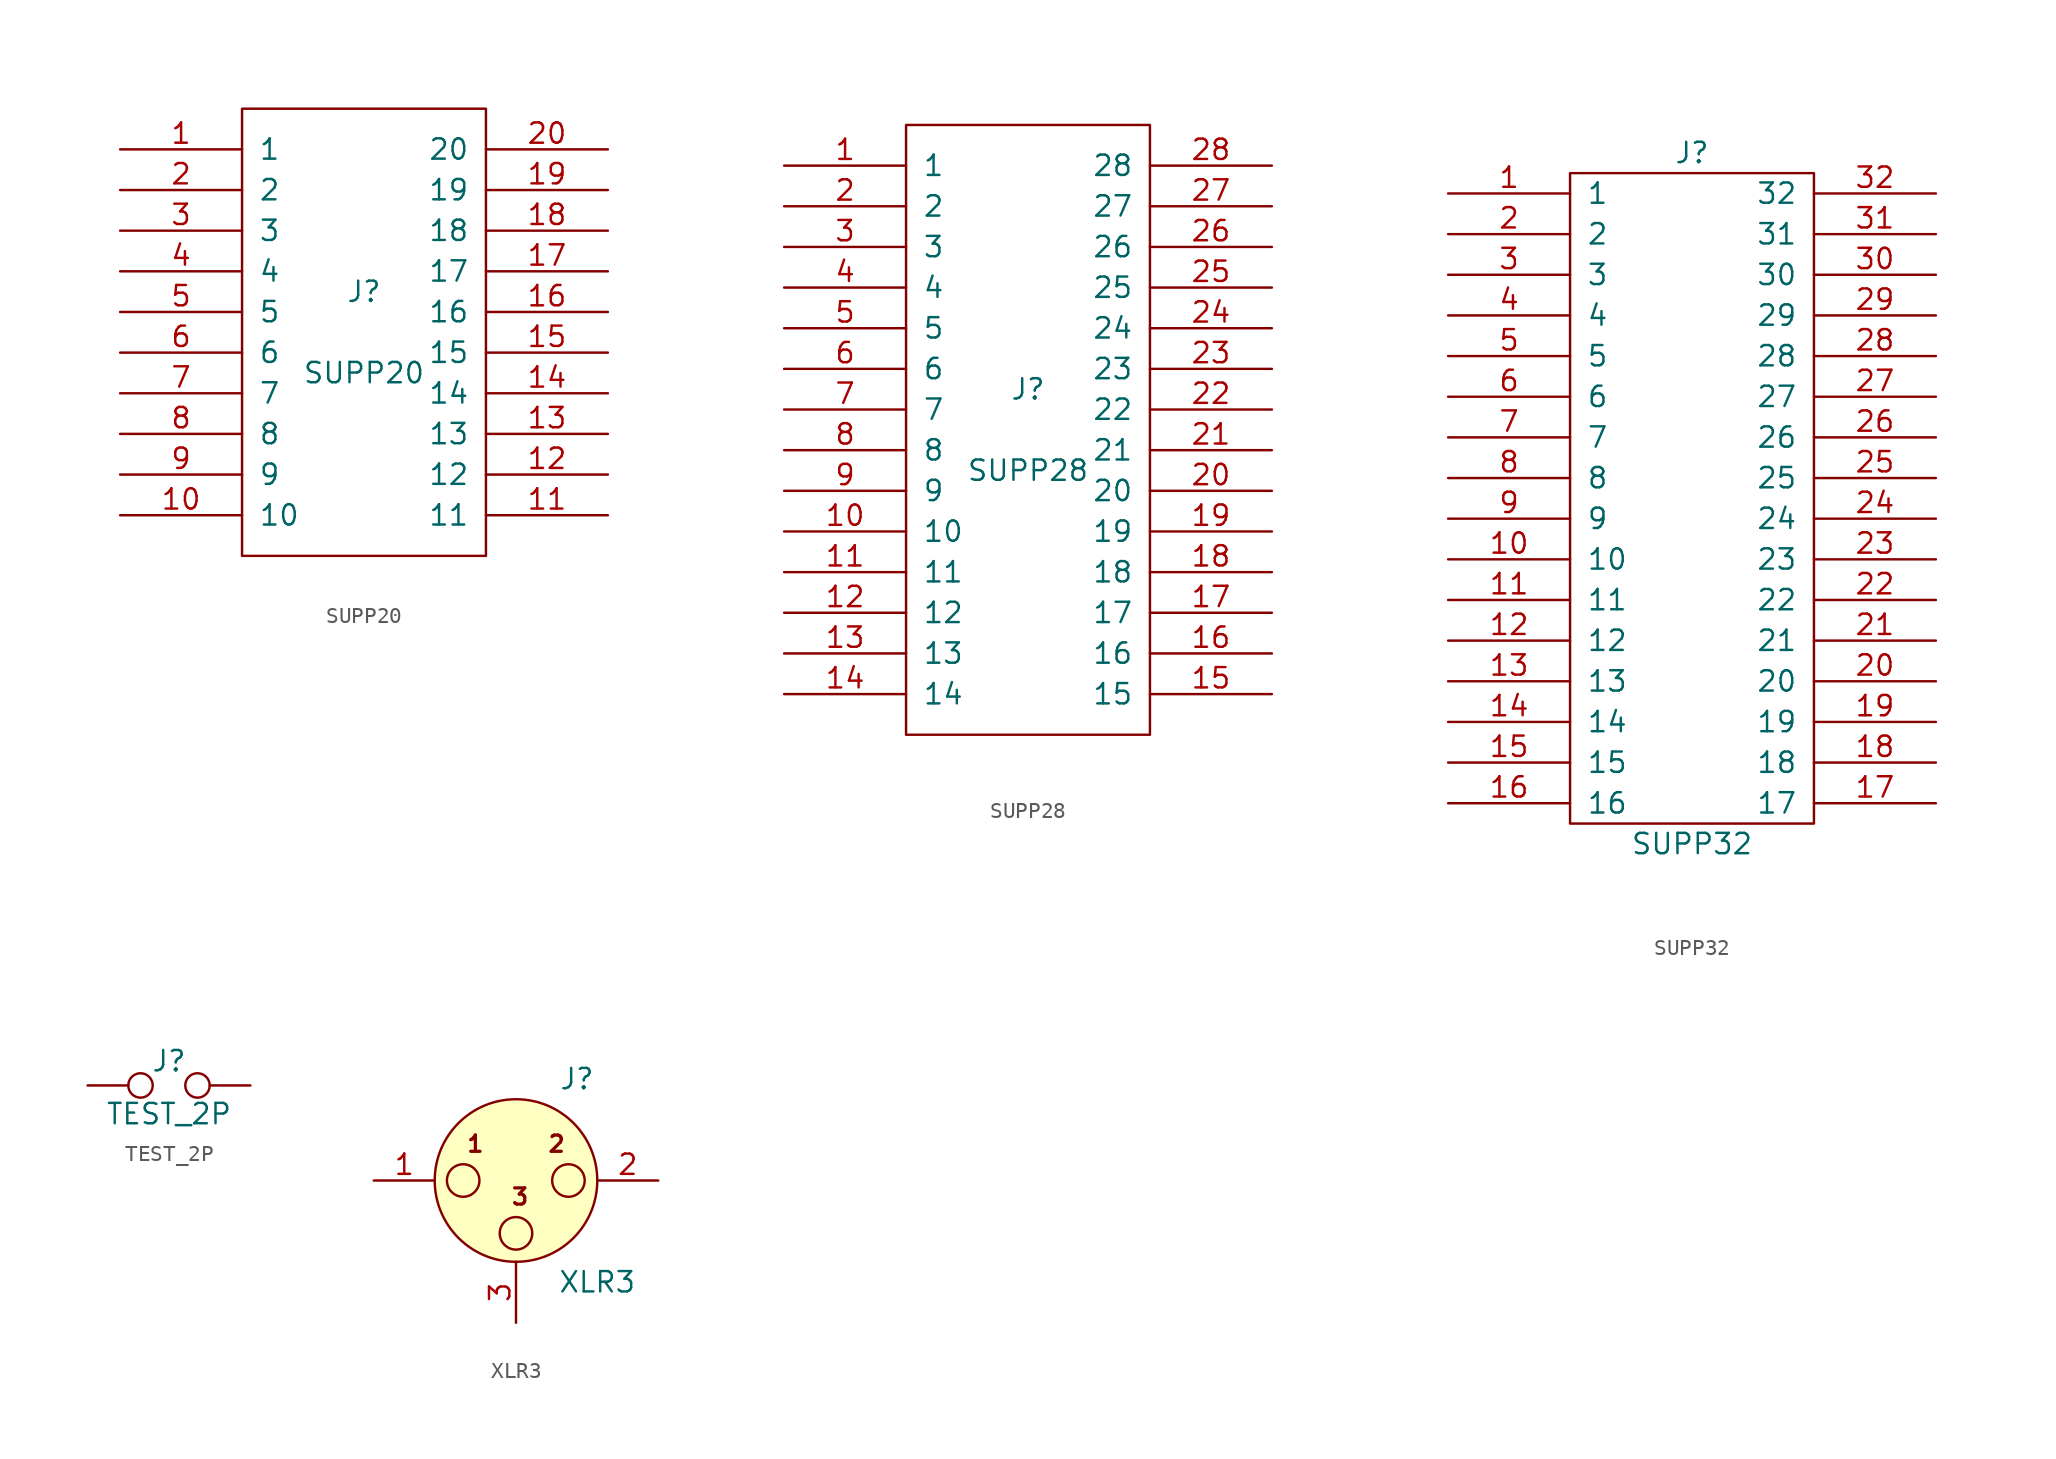
<source format=kicad_sym>
(kicad_symbol_lib
  (version 20211014)
  (generator kicad_symbol_editor)
  (symbol "SUPP20"
    (pin_names
      (offset 1.016))
    (property "Reference" "J"
      (at 0 2.54 0)
      (effects (font (size 1.27 1.27))))
    (property "Value" "SUPP20"
      (at 0 -2.54 0)
      (effects (font (size 1.27 1.27))))
    (symbol "SUPP20_0_1"
      (rectangle (start -7.62 -13.97) (end 7.62 13.97) (stroke (width 0) (type default) (color 0 0 0 0)) (fill (type none))))
    (symbol "SUPP20_1_1"
      (pin passive line (at -15.24 11.43 0) (length 7.62) (name "1" (effects (font (size 1.27 1.27)))) (number "1" (effects (font (size 1.27 1.27)))))
      (pin passive line (at -15.24 -11.43 0) (length 7.62) (name "10" (effects (font (size 1.27 1.27)))) (number "10" (effects (font (size 1.27 1.27)))))
      (pin passive line (at 15.24 -11.43 180) (length 7.62) (name "11" (effects (font (size 1.27 1.27)))) (number "11" (effects (font (size 1.27 1.27)))))
      (pin passive line (at 15.24 -8.89 180) (length 7.62) (name "12" (effects (font (size 1.27 1.27)))) (number "12" (effects (font (size 1.27 1.27)))))
      (pin passive line (at 15.24 -6.35 180) (length 7.62) (name "13" (effects (font (size 1.27 1.27)))) (number "13" (effects (font (size 1.27 1.27)))))
      (pin passive line (at 15.24 -3.81 180) (length 7.62) (name "14" (effects (font (size 1.27 1.27)))) (number "14" (effects (font (size 1.27 1.27)))))
      (pin passive line (at 15.24 -1.27 180) (length 7.62) (name "15" (effects (font (size 1.27 1.27)))) (number "15" (effects (font (size 1.27 1.27)))))
      (pin passive line (at 15.24 1.27 180) (length 7.62) (name "16" (effects (font (size 1.27 1.27)))) (number "16" (effects (font (size 1.27 1.27)))))
      (pin passive line (at 15.24 3.81 180) (length 7.62) (name "17" (effects (font (size 1.27 1.27)))) (number "17" (effects (font (size 1.27 1.27)))))
      (pin passive line (at 15.24 6.35 180) (length 7.62) (name "18" (effects (font (size 1.27 1.27)))) (number "18" (effects (font (size 1.27 1.27)))))
      (pin passive line (at 15.24 8.89 180) (length 7.62) (name "19" (effects (font (size 1.27 1.27)))) (number "19" (effects (font (size 1.27 1.27)))))
      (pin passive line (at -15.24 8.89 0) (length 7.62) (name "2" (effects (font (size 1.27 1.27)))) (number "2" (effects (font (size 1.27 1.27)))))
      (pin passive line (at 15.24 11.43 180) (length 7.62) (name "20" (effects (font (size 1.27 1.27)))) (number "20" (effects (font (size 1.27 1.27)))))
      (pin passive line (at -15.24 6.35 0) (length 7.62) (name "3" (effects (font (size 1.27 1.27)))) (number "3" (effects (font (size 1.27 1.27)))))
      (pin passive line (at -15.24 3.81 0) (length 7.62) (name "4" (effects (font (size 1.27 1.27)))) (number "4" (effects (font (size 1.27 1.27)))))
      (pin passive line (at -15.24 1.27 0) (length 7.62) (name "5" (effects (font (size 1.27 1.27)))) (number "5" (effects (font (size 1.27 1.27)))))
      (pin passive line (at -15.24 -1.27 0) (length 7.62) (name "6" (effects (font (size 1.27 1.27)))) (number "6" (effects (font (size 1.27 1.27)))))
      (pin passive line (at -15.24 -3.81 0) (length 7.62) (name "7" (effects (font (size 1.27 1.27)))) (number "7" (effects (font (size 1.27 1.27)))))
      (pin passive line (at -15.24 -6.35 0) (length 7.62) (name "8" (effects (font (size 1.27 1.27)))) (number "8" (effects (font (size 1.27 1.27)))))
      (pin passive line (at -15.24 -8.89 0) (length 7.62) (name "9" (effects (font (size 1.27 1.27)))) (number "9" (effects (font (size 1.27 1.27)))))))
  (symbol "SUPP28"
    (pin_names
      (offset 1.016))
    (property "Reference" "J"
      (at 0 2.54 0)
      (effects (font (size 1.27 1.27))))
    (property "Value" "SUPP28"
      (at 0 -2.54 0)
      (effects (font (size 1.27 1.27))))
    (symbol "SUPP28_0_1"
      (rectangle (start -7.62 -19.05) (end 7.62 19.05) (stroke (width 0) (type default) (color 0 0 0 0)) (fill (type none))))
    (symbol "SUPP28_1_1"
      (pin passive line (at -15.24 16.51 0) (length 7.62) (name "1" (effects (font (size 1.27 1.27)))) (number "1" (effects (font (size 1.27 1.27)))))
      (pin passive line (at -15.24 -6.35 0) (length 7.62) (name "10" (effects (font (size 1.27 1.27)))) (number "10" (effects (font (size 1.27 1.27)))))
      (pin passive line (at -15.24 -8.89 0) (length 7.62) (name "11" (effects (font (size 1.27 1.27)))) (number "11" (effects (font (size 1.27 1.27)))))
      (pin passive line (at -15.24 -11.43 0) (length 7.62) (name "12" (effects (font (size 1.27 1.27)))) (number "12" (effects (font (size 1.27 1.27)))))
      (pin passive line (at -15.24 -13.97 0) (length 7.62) (name "13" (effects (font (size 1.27 1.27)))) (number "13" (effects (font (size 1.27 1.27)))))
      (pin passive line (at -15.24 -16.51 0) (length 7.62) (name "14" (effects (font (size 1.27 1.27)))) (number "14" (effects (font (size 1.27 1.27)))))
      (pin passive line (at 15.24 -16.51 180) (length 7.62) (name "15" (effects (font (size 1.27 1.27)))) (number "15" (effects (font (size 1.27 1.27)))))
      (pin passive line (at 15.24 -13.97 180) (length 7.62) (name "16" (effects (font (size 1.27 1.27)))) (number "16" (effects (font (size 1.27 1.27)))))
      (pin passive line (at 15.24 -11.43 180) (length 7.62) (name "17" (effects (font (size 1.27 1.27)))) (number "17" (effects (font (size 1.27 1.27)))))
      (pin passive line (at 15.24 -8.89 180) (length 7.62) (name "18" (effects (font (size 1.27 1.27)))) (number "18" (effects (font (size 1.27 1.27)))))
      (pin passive line (at 15.24 -6.35 180) (length 7.62) (name "19" (effects (font (size 1.27 1.27)))) (number "19" (effects (font (size 1.27 1.27)))))
      (pin passive line (at -15.24 13.97 0) (length 7.62) (name "2" (effects (font (size 1.27 1.27)))) (number "2" (effects (font (size 1.27 1.27)))))
      (pin passive line (at 15.24 -3.81 180) (length 7.62) (name "20" (effects (font (size 1.27 1.27)))) (number "20" (effects (font (size 1.27 1.27)))))
      (pin passive line (at 15.24 -1.27 180) (length 7.62) (name "21" (effects (font (size 1.27 1.27)))) (number "21" (effects (font (size 1.27 1.27)))))
      (pin passive line (at 15.24 1.27 180) (length 7.62) (name "22" (effects (font (size 1.27 1.27)))) (number "22" (effects (font (size 1.27 1.27)))))
      (pin passive line (at 15.24 3.81 180) (length 7.62) (name "23" (effects (font (size 1.27 1.27)))) (number "23" (effects (font (size 1.27 1.27)))))
      (pin passive line (at 15.24 6.35 180) (length 7.62) (name "24" (effects (font (size 1.27 1.27)))) (number "24" (effects (font (size 1.27 1.27)))))
      (pin passive line (at 15.24 8.89 180) (length 7.62) (name "25" (effects (font (size 1.27 1.27)))) (number "25" (effects (font (size 1.27 1.27)))))
      (pin passive line (at 15.24 11.43 180) (length 7.62) (name "26" (effects (font (size 1.27 1.27)))) (number "26" (effects (font (size 1.27 1.27)))))
      (pin passive line (at 15.24 13.97 180) (length 7.62) (name "27" (effects (font (size 1.27 1.27)))) (number "27" (effects (font (size 1.27 1.27)))))
      (pin passive line (at 15.24 16.51 180) (length 7.62) (name "28" (effects (font (size 1.27 1.27)))) (number "28" (effects (font (size 1.27 1.27)))))
      (pin passive line (at -15.24 11.43 0) (length 7.62) (name "3" (effects (font (size 1.27 1.27)))) (number "3" (effects (font (size 1.27 1.27)))))
      (pin passive line (at -15.24 8.89 0) (length 7.62) (name "4" (effects (font (size 1.27 1.27)))) (number "4" (effects (font (size 1.27 1.27)))))
      (pin passive line (at -15.24 6.35 0) (length 7.62) (name "5" (effects (font (size 1.27 1.27)))) (number "5" (effects (font (size 1.27 1.27)))))
      (pin passive line (at -15.24 3.81 0) (length 7.62) (name "6" (effects (font (size 1.27 1.27)))) (number "6" (effects (font (size 1.27 1.27)))))
      (pin passive line (at -15.24 1.27 0) (length 7.62) (name "7" (effects (font (size 1.27 1.27)))) (number "7" (effects (font (size 1.27 1.27)))))
      (pin passive line (at -15.24 -1.27 0) (length 7.62) (name "8" (effects (font (size 1.27 1.27)))) (number "8" (effects (font (size 1.27 1.27)))))
      (pin passive line (at -15.24 -3.81 0) (length 7.62) (name "9" (effects (font (size 1.27 1.27)))) (number "9" (effects (font (size 1.27 1.27)))))))
  (symbol "SUPP32"
    (pin_names
      (offset 1.016))
    (property "Reference" "J"
      (at 0 21.59 0)
      (effects (font (size 1.27 1.27))))
    (property "Value" "SUPP32"
      (at 0 -21.59 0)
      (effects (font (size 1.27 1.27))))
    (symbol "SUPP32_0_1"
      (rectangle (start -7.62 20.32) (end 7.62 -20.32) (stroke (width 0) (type default) (color 0 0 0 0)) (fill (type none))))
    (symbol "SUPP32_1_1"
      (pin passive line (at -15.24 19.05 0) (length 7.62) (name "1" (effects (font (size 1.27 1.27)))) (number "1" (effects (font (size 1.27 1.27)))))
      (pin passive line (at -15.24 -3.81 0) (length 7.62) (name "10" (effects (font (size 1.27 1.27)))) (number "10" (effects (font (size 1.27 1.27)))))
      (pin passive line (at -15.24 -6.35 0) (length 7.62) (name "11" (effects (font (size 1.27 1.27)))) (number "11" (effects (font (size 1.27 1.27)))))
      (pin passive line (at -15.24 -8.89 0) (length 7.62) (name "12" (effects (font (size 1.27 1.27)))) (number "12" (effects (font (size 1.27 1.27)))))
      (pin passive line (at -15.24 -11.43 0) (length 7.62) (name "13" (effects (font (size 1.27 1.27)))) (number "13" (effects (font (size 1.27 1.27)))))
      (pin passive line (at -15.24 -13.97 0) (length 7.62) (name "14" (effects (font (size 1.27 1.27)))) (number "14" (effects (font (size 1.27 1.27)))))
      (pin passive line (at -15.24 -16.51 0) (length 7.62) (name "15" (effects (font (size 1.27 1.27)))) (number "15" (effects (font (size 1.27 1.27)))))
      (pin passive line (at -15.24 -19.05 0) (length 7.62) (name "16" (effects (font (size 1.27 1.27)))) (number "16" (effects (font (size 1.27 1.27)))))
      (pin passive line (at 15.24 -19.05 180) (length 7.62) (name "17" (effects (font (size 1.27 1.27)))) (number "17" (effects (font (size 1.27 1.27)))))
      (pin passive line (at 15.24 -16.51 180) (length 7.62) (name "18" (effects (font (size 1.27 1.27)))) (number "18" (effects (font (size 1.27 1.27)))))
      (pin passive line (at 15.24 -13.97 180) (length 7.62) (name "19" (effects (font (size 1.27 1.27)))) (number "19" (effects (font (size 1.27 1.27)))))
      (pin passive line (at -15.24 16.51 0) (length 7.62) (name "2" (effects (font (size 1.27 1.27)))) (number "2" (effects (font (size 1.27 1.27)))))
      (pin passive line (at 15.24 -11.43 180) (length 7.62) (name "20" (effects (font (size 1.27 1.27)))) (number "20" (effects (font (size 1.27 1.27)))))
      (pin passive line (at 15.24 -8.89 180) (length 7.62) (name "21" (effects (font (size 1.27 1.27)))) (number "21" (effects (font (size 1.27 1.27)))))
      (pin passive line (at 15.24 -6.35 180) (length 7.62) (name "22" (effects (font (size 1.27 1.27)))) (number "22" (effects (font (size 1.27 1.27)))))
      (pin passive line (at 15.24 -3.81 180) (length 7.62) (name "23" (effects (font (size 1.27 1.27)))) (number "23" (effects (font (size 1.27 1.27)))))
      (pin passive line (at 15.24 -1.27 180) (length 7.62) (name "24" (effects (font (size 1.27 1.27)))) (number "24" (effects (font (size 1.27 1.27)))))
      (pin passive line (at 15.24 1.27 180) (length 7.62) (name "25" (effects (font (size 1.27 1.27)))) (number "25" (effects (font (size 1.27 1.27)))))
      (pin passive line (at 15.24 3.81 180) (length 7.62) (name "26" (effects (font (size 1.27 1.27)))) (number "26" (effects (font (size 1.27 1.27)))))
      (pin passive line (at 15.24 6.35 180) (length 7.62) (name "27" (effects (font (size 1.27 1.27)))) (number "27" (effects (font (size 1.27 1.27)))))
      (pin passive line (at 15.24 8.89 180) (length 7.62) (name "28" (effects (font (size 1.27 1.27)))) (number "28" (effects (font (size 1.27 1.27)))))
      (pin passive line (at 15.24 11.43 180) (length 7.62) (name "29" (effects (font (size 1.27 1.27)))) (number "29" (effects (font (size 1.27 1.27)))))
      (pin passive line (at -15.24 13.97 0) (length 7.62) (name "3" (effects (font (size 1.27 1.27)))) (number "3" (effects (font (size 1.27 1.27)))))
      (pin passive line (at 15.24 13.97 180) (length 7.62) (name "30" (effects (font (size 1.27 1.27)))) (number "30" (effects (font (size 1.27 1.27)))))
      (pin passive line (at 15.24 16.51 180) (length 7.62) (name "31" (effects (font (size 1.27 1.27)))) (number "31" (effects (font (size 1.27 1.27)))))
      (pin passive line (at 15.24 19.05 180) (length 7.62) (name "32" (effects (font (size 1.27 1.27)))) (number "32" (effects (font (size 1.27 1.27)))))
      (pin passive line (at -15.24 11.43 0) (length 7.62) (name "4" (effects (font (size 1.27 1.27)))) (number "4" (effects (font (size 1.27 1.27)))))
      (pin passive line (at -15.24 8.89 0) (length 7.62) (name "5" (effects (font (size 1.27 1.27)))) (number "5" (effects (font (size 1.27 1.27)))))
      (pin passive line (at -15.24 6.35 0) (length 7.62) (name "6" (effects (font (size 1.27 1.27)))) (number "6" (effects (font (size 1.27 1.27)))))
      (pin passive line (at -15.24 3.81 0) (length 7.62) (name "7" (effects (font (size 1.27 1.27)))) (number "7" (effects (font (size 1.27 1.27)))))
      (pin passive line (at -15.24 1.27 0) (length 7.62) (name "8" (effects (font (size 1.27 1.27)))) (number "8" (effects (font (size 1.27 1.27)))))
      (pin passive line (at -15.24 -1.27 0) (length 7.62) (name "9" (effects (font (size 1.27 1.27)))) (number "9" (effects (font (size 1.27 1.27)))))))
  (symbol "TEST_2P"
    (pin_numbers hide)
    (pin_names
      (offset 0.762) hide)
    (property "Reference" "J"
      (at 0 1.524 0)
      (effects (font (size 1.27 1.27))))
    (property "Value" "TEST_2P"
      (at 0 -1.778 0)
      (effects (font (size 1.27 1.27))))
    (symbol "TEST_2P_0_1"
      (circle (center -1.778 0) (radius 0.762) (stroke (width 0) (type default) (color 0 0 0 0)) (fill (type none)))
      (circle (center 1.778 0) (radius 0.762) (stroke (width 0) (type default) (color 0 0 0 0)) (fill (type none)))
      (pin passive line (at -5.08 0 0) (length 2.54) (name "1" (effects (font (size 1.27 1.27)))) (number "1" (effects (font (size 1.27 1.27)))))
      (pin passive line (at 5.08 0 180) (length 2.54) (name "2" (effects (font (size 1.27 1.27)))) (number "2" (effects (font (size 1.27 1.27)))))))
  (symbol "XLR3"
    (pin_names
      (offset 0.762) hide)
    (property "Reference" "J"
      (at 3.81 6.35 0)
      (effects (font (size 1.27 1.27))))
    (property "Value" "XLR3"
      (at 5.08 -6.35 0)
      (effects (font (size 1.27 1.27))))
    (symbol "XLR3_0_1"
      (circle (center -3.302 0) (radius 1.016) (stroke (width 0) (type default) (color 0 0 0 0)) (fill (type none)))
      (circle (center 0 -3.302) (radius 1.016) (stroke (width 0) (type default) (color 0 0 0 0)) (fill (type none)))
      (circle (center 0 0) (radius 5.08) (stroke (width 0) (type default) (color 0 0 0 0)) (fill (type background)))
      (circle (center 3.277 0) (radius 1.016) (stroke (width 0) (type default) (color 0 0 0 0)) (fill (type none)))
      (text "1" (at -2.54 2.286 0) (effects (font (size 1.016 1.016) bold)))
      (text "2" (at 2.54 2.286 0) (effects (font (size 1.016 1.016) bold)))
      (text "3" (at 0.254 -1.016 0) (effects (font (size 1.016 1.016) bold)))
      (pin passive line (at -8.89 0 0) (length 3.81) (name "~" (effects (font (size 1.27 1.27)))) (number "1" (effects (font (size 1.27 1.27)))))
      (pin passive line (at 8.89 0 180) (length 3.81) (name "~" (effects (font (size 1.27 1.27)))) (number "2" (effects (font (size 1.27 1.27)))))
      (pin passive line (at 0 -8.89 90) (length 3.81) (name "~" (effects (font (size 1.27 1.27)))) (number "3" (effects (font (size 1.27 1.27))))))))
</source>
